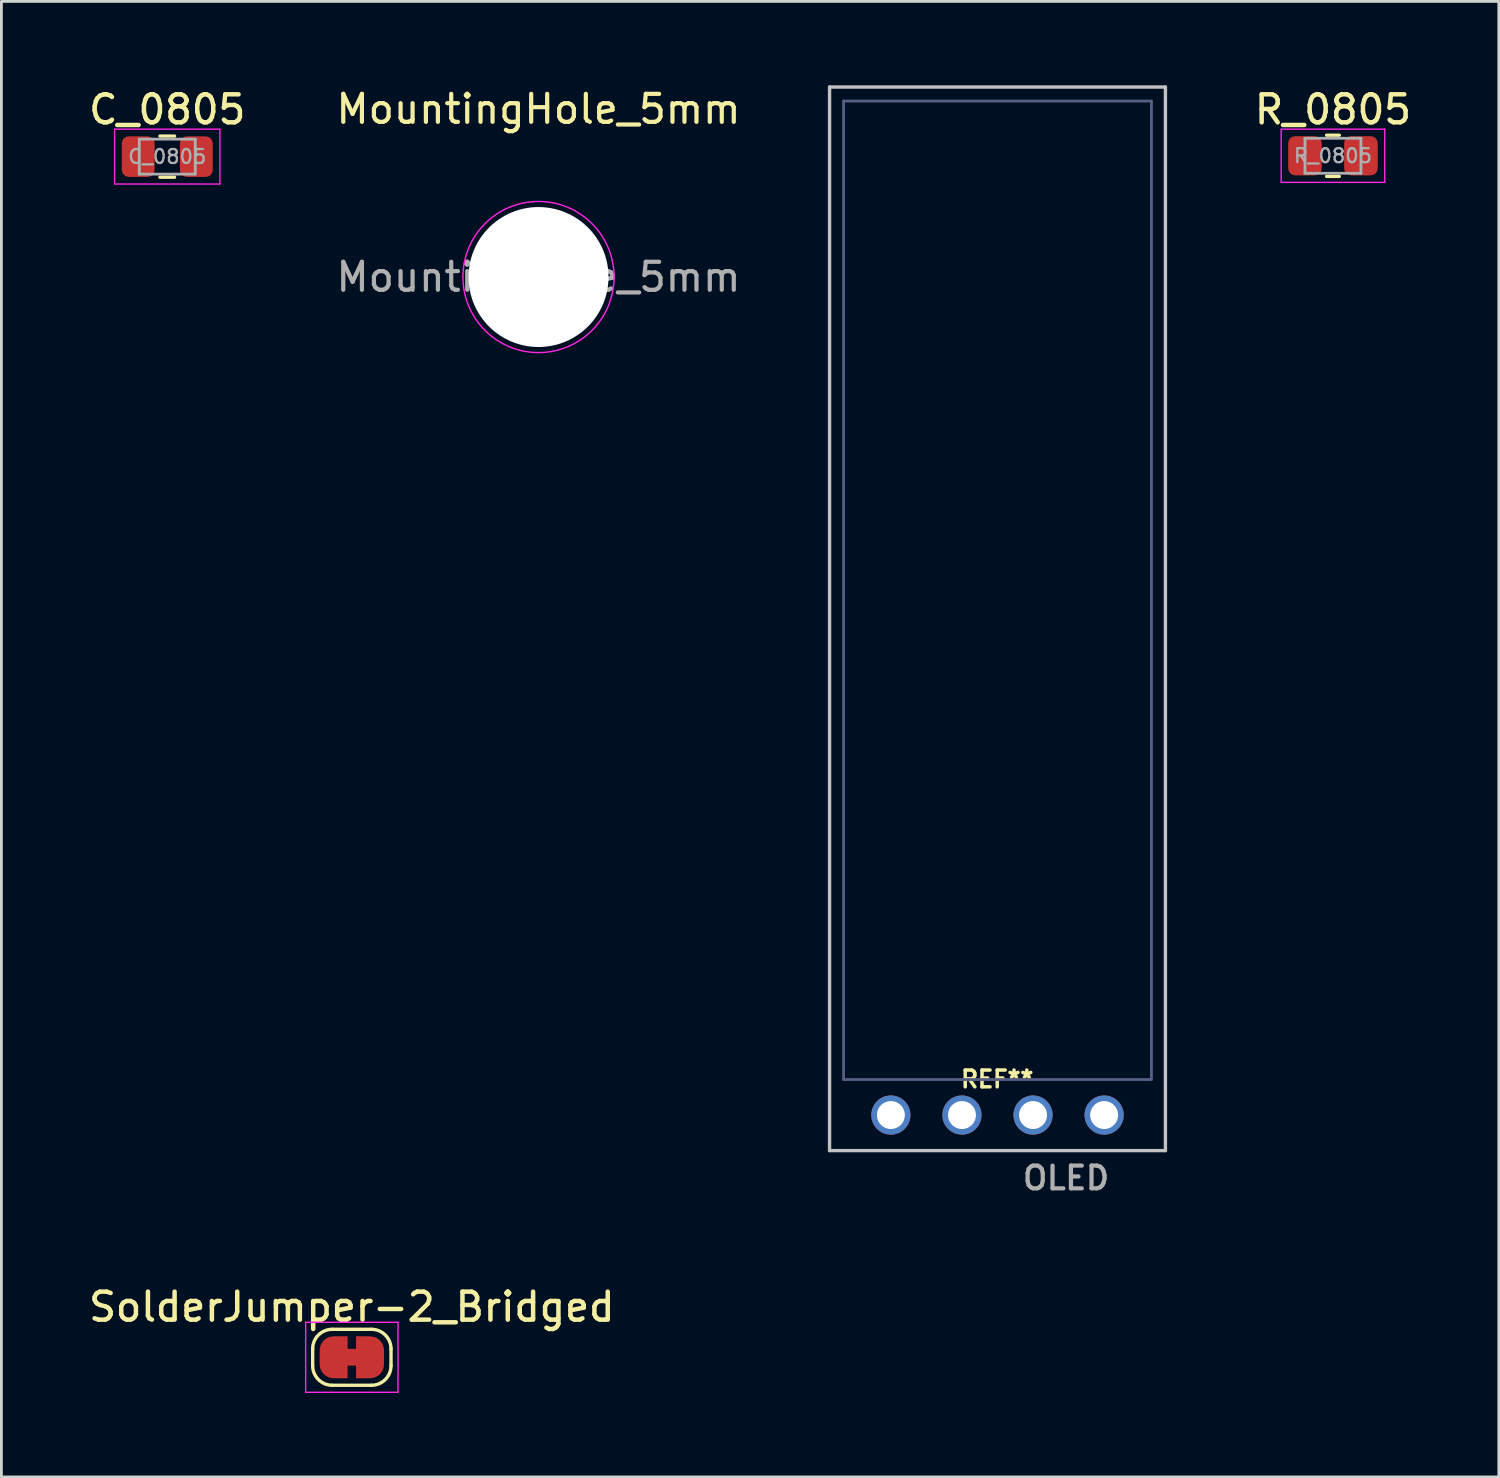
<source format=kicad_pcb>
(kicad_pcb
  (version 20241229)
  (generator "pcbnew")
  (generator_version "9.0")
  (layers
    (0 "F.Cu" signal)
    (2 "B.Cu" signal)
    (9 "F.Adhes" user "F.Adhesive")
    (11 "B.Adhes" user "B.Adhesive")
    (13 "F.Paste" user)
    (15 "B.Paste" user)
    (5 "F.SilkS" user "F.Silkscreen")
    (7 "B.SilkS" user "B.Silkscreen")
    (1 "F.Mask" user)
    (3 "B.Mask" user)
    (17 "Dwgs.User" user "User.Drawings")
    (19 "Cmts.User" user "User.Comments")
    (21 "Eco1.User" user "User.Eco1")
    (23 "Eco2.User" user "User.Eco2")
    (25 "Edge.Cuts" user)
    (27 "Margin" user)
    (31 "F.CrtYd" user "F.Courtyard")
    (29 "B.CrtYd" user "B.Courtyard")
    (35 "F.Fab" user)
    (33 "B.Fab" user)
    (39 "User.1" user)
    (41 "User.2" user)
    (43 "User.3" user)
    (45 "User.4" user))
  (footprint "OLED"
    (layer "F.Cu")
    (at 32.59 36.79)
    (property "Reference" "OLED" (at 2.45 2.25 180) (layer "F.Fab") (effects (font (size 0.813 0.813) (thickness 0.15))))
    (attr through_hole)
    (fp_line (start -6 -36.73) (end 6 -36.73) (stroke (width 0.12) (type solid)) (layer "Dwgs.User"))
    (fp_line (start -6 1.27) (end -6 -36.73) (stroke (width 0.12) (type solid)) (layer "Dwgs.User"))
    (fp_line (start -6 1.27) (end 6 1.27) (stroke (width 0.12) (type solid)) (layer "Dwgs.User"))
    (fp_line (start 6 -36.73) (end 6 1.27) (stroke (width 0.12) (type solid)) (layer "Dwgs.User"))
    (fp_line (start -5.5 -36.23) (end 5.5 -36.23) (stroke (width 0.1) (type default)) (layer "B.Fab"))
    (fp_line (start -5.5 -1.27) (end -5.5 -36.23) (stroke (width 0.1) (type default)) (layer "B.Fab"))
    (fp_line (start 5.5 -1.27) (end -5.5 -1.27) (stroke (width 0.1) (type default)) (layer "B.Fab"))
    (fp_line (start 5.5 -1.27) (end 5.5 -36.23) (stroke (width 0.1) (type default)) (layer "B.Fab"))
    (fp_text user "REF**" (at -0.01 -1.28 0) (layer "F.SilkS") (effects (font (size 0.6 0.6) (thickness 0.125) (bold yes))))
    (pad "1" thru_hole circle (at -3.81 0) (size 1.4 1.4) (drill 1) (layers "*.Cu" "*.Mask"))
    (pad "2" thru_hole circle (at -1.27 0) (size 1.4 1.4) (drill 1) (layers "*.Cu" "*.Mask"))
    (pad "3" thru_hole circle (at 1.27 0) (size 1.4 1.4) (drill 1) (layers "*.Cu" "*.Mask"))
    (pad "4" thru_hole circle (at 3.81 0) (size 1.4 1.4) (drill 1) (layers "*.Cu" "*.Mask")))
  (footprint "R_0805"
    (layer "F.Cu")
    (at 44.576 2.516)
    (property "Reference" "R_0805" (at 0 -1.65 0) (layer "F.SilkS") (effects (font (size 1 1) (thickness 0.16))))
    (attr smd)
    (fp_line (start -0.227 -0.735) (end 0.227 -0.735) (stroke (width 0.12) (type solid)) (layer "F.SilkS"))
    (fp_line (start -0.227 0.735) (end 0.227 0.735) (stroke (width 0.12) (type solid)) (layer "F.SilkS"))
    (fp_line (start -1.85 -0.95) (end 1.85 -0.95) (stroke (width 0.05) (type solid)) (layer "F.CrtYd"))
    (fp_line (start -1.85 0.95) (end -1.85 -0.95) (stroke (width 0.05) (type solid)) (layer "F.CrtYd"))
    (fp_line (start 1.85 -0.95) (end 1.85 0.95) (stroke (width 0.05) (type solid)) (layer "F.CrtYd"))
    (fp_line (start 1.85 0.95) (end -1.85 0.95) (stroke (width 0.05) (type solid)) (layer "F.CrtYd"))
    (fp_line (start -1 -0.625) (end 1 -0.625) (stroke (width 0.1) (type solid)) (layer "F.Fab"))
    (fp_line (start -1 0.625) (end -1 -0.625) (stroke (width 0.1) (type solid)) (layer "F.Fab"))
    (fp_line (start 1 -0.625) (end 1 0.625) (stroke (width 0.1) (type solid)) (layer "F.Fab"))
    (fp_line (start 1 0.625) (end -1 0.625) (stroke (width 0.1) (type solid)) (layer "F.Fab"))
    (fp_text user "${REFERENCE}" (at 0 0 0) (layer "F.Fab") (effects (font (size 0.5 0.5) (thickness 0.08))))
    (pad "1" smd roundrect (at -1 0) (size 1.2 1.4) (layers "F.Cu" "F.Mask" "F.Paste") (roundrect_rratio 0.208))
    (pad "2" smd roundrect (at 1 0) (size 1.2 1.4) (layers "F.Cu" "F.Mask" "F.Paste") (roundrect_rratio 0.208)))
  (footprint "SolderJumper-2_Bridged"
    (layer "F.Cu")
    (at 9.521 45.445)
    (property "Reference" "SolderJumper-2_Bridged" (at 0 -1.8 0) (layer "F.SilkS") (effects (font (size 1 1) (thickness 0.16))))
    (attr exclude_from_pos_files exclude_from_bom)
    (fp_poly (pts (xy 0.25 -0.3) (xy -0.25 -0.3) (xy -0.25 0.3) (xy 0.25 0.3)) (stroke (width 0) (type solid)) (fill yes) (layer "F.Cu"))
    (fp_line (start -1.4 0.3) (end -1.4 -0.3) (stroke (width 0.12) (type solid)) (layer "F.SilkS"))
    (fp_line (start -0.7 -1) (end 0.7 -1) (stroke (width 0.12) (type solid)) (layer "F.SilkS"))
    (fp_line (start 0.7 1) (end -0.7 1) (stroke (width 0.12) (type solid)) (layer "F.SilkS"))
    (fp_line (start 1.4 -0.3) (end 1.4 0.3) (stroke (width 0.12) (type solid)) (layer "F.SilkS"))
    (fp_arc (start -1.4 -0.3) (mid -1.194975 -0.794975) (end -0.7 -1) (stroke (width 0.12) (type solid)) (layer "F.SilkS"))
    (fp_arc (start -0.7 1) (mid -1.194975 0.794975) (end -1.4 0.3) (stroke (width 0.12) (type solid)) (layer "F.SilkS"))
    (fp_arc (start 0.7 -1) (mid 1.194975 -0.794975) (end 1.4 -0.3) (stroke (width 0.12) (type solid)) (layer "F.SilkS"))
    (fp_arc (start 1.4 0.3) (mid 1.194975 0.794975) (end 0.7 1) (stroke (width 0.12) (type solid)) (layer "F.SilkS"))
    (fp_line (start -1.65 -1.25) (end -1.65 1.25) (stroke (width 0.05) (type solid)) (layer "F.CrtYd"))
    (fp_line (start -1.65 -1.25) (end 1.65 -1.25) (stroke (width 0.05) (type solid)) (layer "F.CrtYd"))
    (fp_line (start 1.65 1.25) (end -1.65 1.25) (stroke (width 0.05) (type solid)) (layer "F.CrtYd"))
    (fp_line (start 1.65 1.25) (end 1.65 -1.25) (stroke (width 0.05) (type solid)) (layer "F.CrtYd"))
    (pad "1" smd custom (at -0.65 0) (size 1 0.5) (layers "F.Cu" "F.Mask") (options (anchor rect)) (primitives (gr_circle (center 0 0.25) (end 0.5 0.25) (width 0) (fill yes)) (gr_circle (center 0 -0.25) (end 0.5 -0.25) (width 0) (fill yes)) (gr_poly (pts (xy 0.5 0.75) (xy 0 0.75) (xy 0 -0.75) (xy 0.5 -0.75)) (width 0) (fill yes))))
    (pad "2" smd custom (at 0.65 0) (size 1 0.5) (layers "F.Cu" "F.Mask") (options (anchor rect)) (primitives (gr_circle (center 0 0.25) (end 0.5 0.25) (width 0) (fill yes)) (gr_circle (center 0 -0.25) (end 0.5 -0.25) (width 0) (fill yes)) (gr_poly (pts (xy 0 0.75) (xy -0.5 0.75) (xy -0.5 -0.75) (xy 0 -0.75)) (width 0) (fill yes)))))
  (footprint "MountingHole_5mm"
    (layer "F.Cu")
    (at 16.191 6.848)
    (property "Reference" "MountingHole_5mm" (at 0 -6 0) (layer "F.SilkS") (effects (font (size 1 1) (thickness 0.15))))
    (attr exclude_from_pos_files exclude_from_bom)
    (fp_circle (center 0 0) (end 2.7 0) (stroke (width 0.05) (type solid)) (fill no) (layer "F.CrtYd"))
    (fp_text user "${REFERENCE}" (at 0 0 0) (layer "F.Fab") (effects (font (size 1 1) (thickness 0.15))))
    (pad "" np_thru_hole circle (at 0 0) (size 5 5) (drill 5) (layers "*.Cu" "*.Mask")))
  (footprint "C_0805"
    (layer "F.Cu")
    (at 2.926 2.546)
    (property "Reference" "C_0805" (at 0 -1.68 0) (layer "F.SilkS") (effects (font (size 1 1) (thickness 0.16))))
    (attr smd)
    (fp_line (start -0.261 -0.735) (end 0.261 -0.735) (stroke (width 0.12) (type solid)) (layer "F.SilkS"))
    (fp_line (start -0.261 0.735) (end 0.261 0.735) (stroke (width 0.12) (type solid)) (layer "F.SilkS"))
    (fp_line (start -1.88 -0.98) (end 1.88 -0.98) (stroke (width 0.05) (type solid)) (layer "F.CrtYd"))
    (fp_line (start -1.88 0.98) (end -1.88 -0.98) (stroke (width 0.05) (type solid)) (layer "F.CrtYd"))
    (fp_line (start 1.88 -0.98) (end 1.88 0.98) (stroke (width 0.05) (type solid)) (layer "F.CrtYd"))
    (fp_line (start 1.88 0.98) (end -1.88 0.98) (stroke (width 0.05) (type solid)) (layer "F.CrtYd"))
    (fp_line (start -1 -0.625) (end 1 -0.625) (stroke (width 0.1) (type solid)) (layer "F.Fab"))
    (fp_line (start -1 0.625) (end -1 -0.625) (stroke (width 0.1) (type solid)) (layer "F.Fab"))
    (fp_line (start 1 -0.625) (end 1 0.625) (stroke (width 0.1) (type solid)) (layer "F.Fab"))
    (fp_line (start 1 0.625) (end -1 0.625) (stroke (width 0.1) (type solid)) (layer "F.Fab"))
    (fp_text user "${REFERENCE}" (at 0 0 0) (layer "F.Fab") (effects (font (size 0.5 0.5) (thickness 0.08))))
    (pad "1" smd roundrect (at -1.038 0) (size 1.175 1.45) (layers "F.Cu" "F.Mask" "F.Paste") (roundrect_rratio 0.213))
    (pad "2" smd roundrect (at 1.038 0) (size 1.175 1.45) (layers "F.Cu" "F.Mask" "F.Paste") (roundrect_rratio 0.213)))
  (gr_rect
    (start -3 -3)
    (end 50.501 49.72)
    (stroke (width 0.1) (type default))
    (fill no)
    (layer "Edge.Cuts")))
</source>
